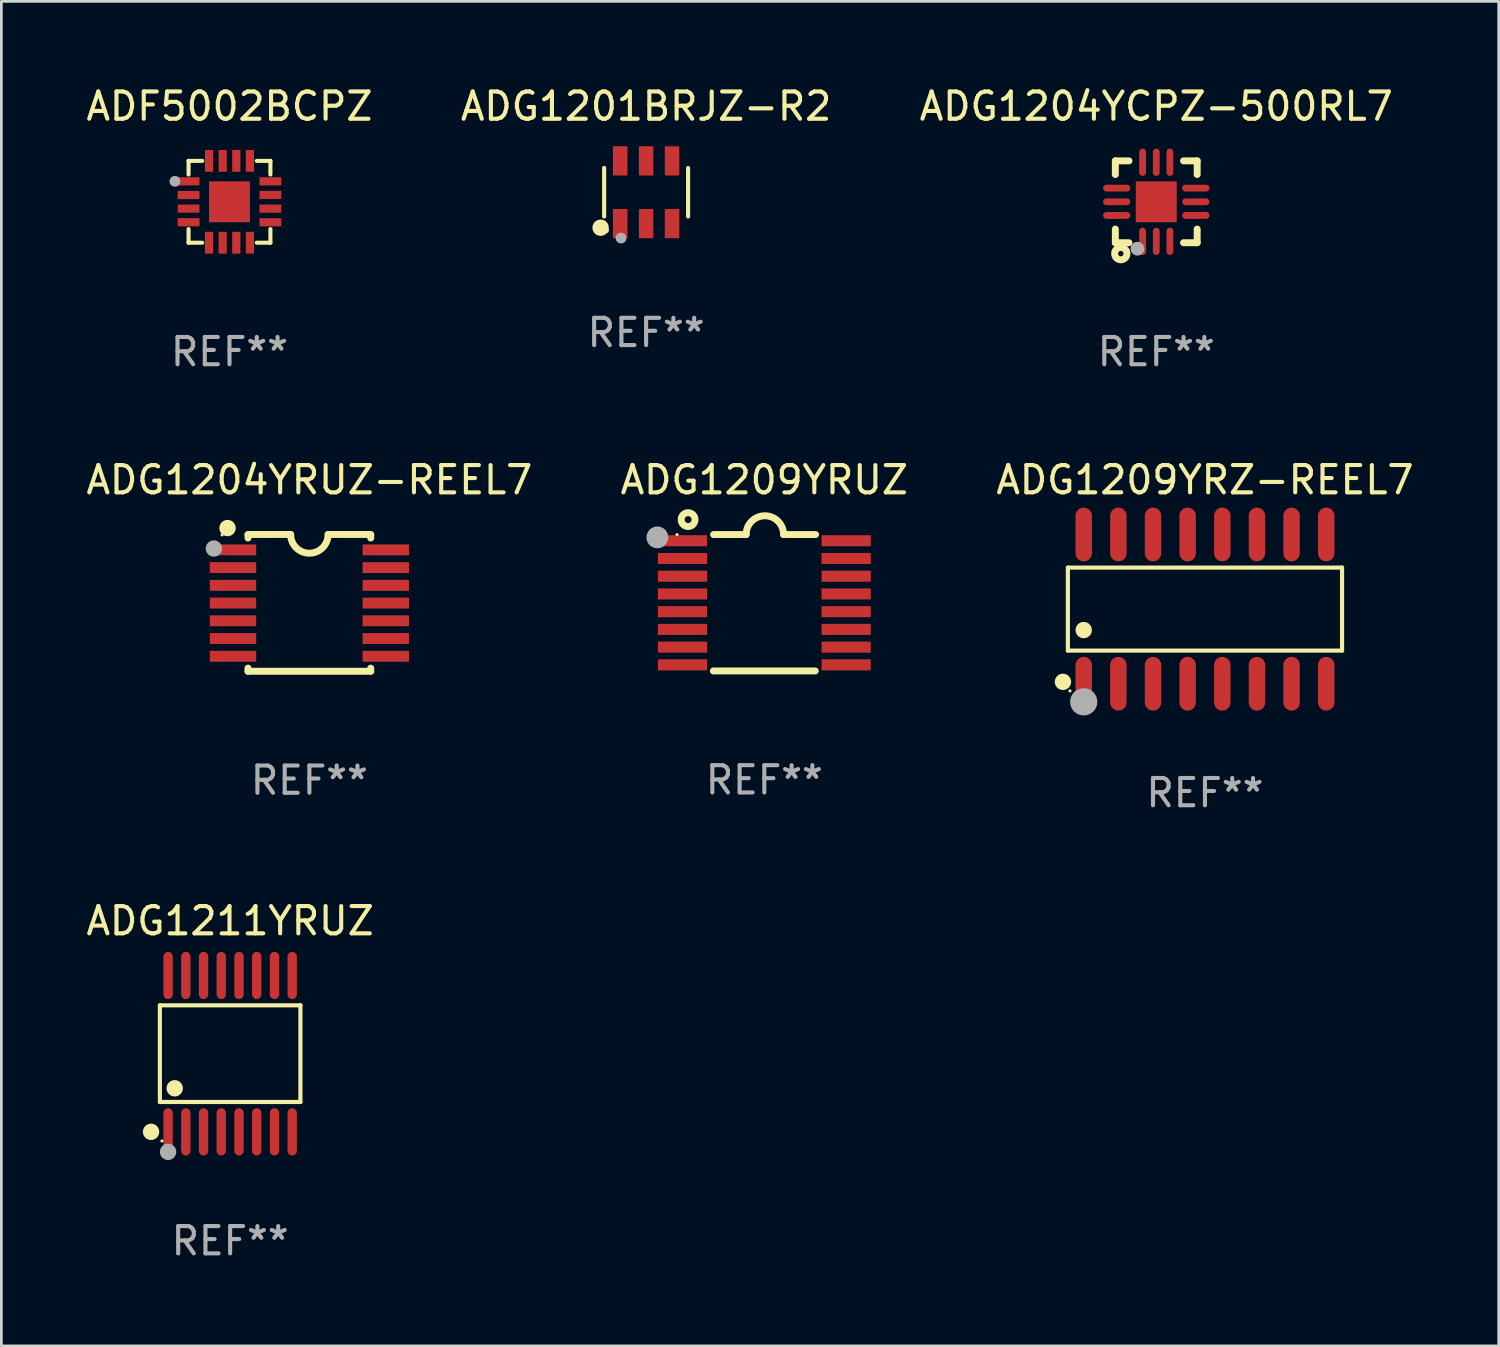
<source format=kicad_pcb>
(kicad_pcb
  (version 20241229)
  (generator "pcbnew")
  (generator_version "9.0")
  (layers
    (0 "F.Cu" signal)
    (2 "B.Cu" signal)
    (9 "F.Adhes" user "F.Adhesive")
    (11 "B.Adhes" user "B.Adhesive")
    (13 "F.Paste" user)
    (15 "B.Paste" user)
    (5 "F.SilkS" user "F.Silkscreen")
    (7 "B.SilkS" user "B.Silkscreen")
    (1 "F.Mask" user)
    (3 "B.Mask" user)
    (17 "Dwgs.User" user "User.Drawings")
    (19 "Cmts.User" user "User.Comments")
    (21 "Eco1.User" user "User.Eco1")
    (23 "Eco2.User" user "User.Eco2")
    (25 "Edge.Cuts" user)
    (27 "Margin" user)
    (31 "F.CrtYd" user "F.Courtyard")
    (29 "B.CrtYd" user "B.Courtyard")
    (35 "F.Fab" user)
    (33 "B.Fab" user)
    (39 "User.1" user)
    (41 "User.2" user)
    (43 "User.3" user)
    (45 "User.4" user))
  (footprint "ADG1211YRUZ"
    (layer "F.Cu")
    (at 5.387 35.578)
    (property "Reference" "ADG1211YRUZ" (at 0 -4.866 0) (layer "F.SilkS") (effects (font (size 1 1) (thickness 0.15))))
    (attr through_hole)
    (fp_line (start -2.576 -1.772) (end 2.576 -1.772) (stroke (width 0.152) (type solid)) (layer "F.SilkS"))
    (fp_line (start -2.576 1.771) (end -2.576 -1.772) (stroke (width 0.152) (type solid)) (layer "F.SilkS"))
    (fp_line (start 2.576 -1.772) (end 2.576 1.771) (stroke (width 0.152) (type solid)) (layer "F.SilkS"))
    (fp_line (start 2.576 1.771) (end -2.576 1.771) (stroke (width 0.152) (type solid)) (layer "F.SilkS"))
    (fp_circle (center -2.899 2.866) (end -2.749 2.866) (stroke (width 0.3) (type solid)) (fill no) (layer "F.SilkS"))
    (fp_circle (center -2.5 3.2) (end -2.47 3.2) (stroke (width 0.06) (type solid)) (fill no) (layer "F.SilkS"))
    (fp_circle (center -2.032 1.27) (end -1.882 1.27) (stroke (width 0.3) (type solid)) (fill no) (layer "F.SilkS"))
    (fp_circle (center -2.275 3.6) (end -2.125 3.6) (stroke (width 0.3) (type solid)) (fill no) (layer "F.Fab"))
    (fp_text user "REF**" (at 0 6.866 0) (layer "F.Fab") (effects (font (size 1 1) (thickness 0.15))))
    (pad "1" smd oval (at -2.275 2.866) (size 0.343 1.731) (layers "F.Cu" "F.Mask" "F.Paste"))
    (pad "2" smd oval (at -1.625 2.866) (size 0.343 1.731) (layers "F.Cu" "F.Mask" "F.Paste"))
    (pad "3" smd oval (at -0.975 2.866) (size 0.343 1.731) (layers "F.Cu" "F.Mask" "F.Paste"))
    (pad "4" smd oval (at -0.325 2.866) (size 0.343 1.731) (layers "F.Cu" "F.Mask" "F.Paste"))
    (pad "5" smd oval (at 0.325 2.866) (size 0.343 1.731) (layers "F.Cu" "F.Mask" "F.Paste"))
    (pad "6" smd oval (at 0.975 2.866) (size 0.343 1.731) (layers "F.Cu" "F.Mask" "F.Paste"))
    (pad "7" smd oval (at 1.625 2.866) (size 0.343 1.731) (layers "F.Cu" "F.Mask" "F.Paste"))
    (pad "8" smd oval (at 2.275 2.866) (size 0.343 1.731) (layers "F.Cu" "F.Mask" "F.Paste"))
    (pad "9" smd oval (at 2.275 -2.866) (size 0.343 1.731) (layers "F.Cu" "F.Mask" "F.Paste"))
    (pad "10" smd oval (at 1.625 -2.866) (size 0.343 1.731) (layers "F.Cu" "F.Mask" "F.Paste"))
    (pad "11" smd oval (at 0.975 -2.866) (size 0.343 1.731) (layers "F.Cu" "F.Mask" "F.Paste"))
    (pad "12" smd oval (at 0.325 -2.866) (size 0.343 1.731) (layers "F.Cu" "F.Mask" "F.Paste"))
    (pad "13" smd oval (at -0.325 -2.866) (size 0.343 1.731) (layers "F.Cu" "F.Mask" "F.Paste"))
    (pad "14" smd oval (at -0.975 -2.866) (size 0.343 1.731) (layers "F.Cu" "F.Mask" "F.Paste"))
    (pad "15" smd oval (at -1.625 -2.866) (size 0.343 1.731) (layers "F.Cu" "F.Mask" "F.Paste"))
    (pad "16" smd oval (at -2.275 -2.866) (size 0.343 1.731) (layers "F.Cu" "F.Mask" "F.Paste")))
  (footprint "ADG1209YRZ-REEL7"
    (layer "F.Cu")
    (at 41.125 19.28)
    (property "Reference" "ADG1209YRZ-REEL7" (at 0 -4.736 0) (layer "F.SilkS") (effects (font (size 1 1) (thickness 0.15))))
    (attr through_hole)
    (fp_line (start -5.026 -1.521) (end 5.026 -1.521) (stroke (width 0.152) (type solid)) (layer "F.SilkS"))
    (fp_line (start -5.026 1.521) (end -5.026 -1.521) (stroke (width 0.152) (type solid)) (layer "F.SilkS"))
    (fp_line (start 5.026 -1.521) (end 5.026 1.521) (stroke (width 0.152) (type solid)) (layer "F.SilkS"))
    (fp_line (start 5.026 1.521) (end -5.026 1.521) (stroke (width 0.152) (type solid)) (layer "F.SilkS"))
    (fp_circle (center -5.207 2.667) (end -5.057 2.667) (stroke (width 0.3) (type solid)) (fill no) (layer "F.SilkS"))
    (fp_circle (center -4.95 3) (end -4.92 3) (stroke (width 0.06) (type solid)) (fill no) (layer "F.SilkS"))
    (fp_circle (center -4.445 0.769) (end -4.295 0.769) (stroke (width 0.3) (type solid)) (fill no) (layer "F.SilkS"))
    (fp_circle (center -4.445 3.4) (end -4.195 3.4) (stroke (width 0.5) (type solid)) (fill no) (layer "F.Fab"))
    (fp_text user "REF**" (at 0 6.736 0) (layer "F.Fab") (effects (font (size 1 1) (thickness 0.15))))
    (pad "1" smd oval (at -4.445 2.736) (size 0.602 1.971) (layers "F.Cu" "F.Mask" "F.Paste"))
    (pad "2" smd oval (at -3.175 2.736) (size 0.602 1.971) (layers "F.Cu" "F.Mask" "F.Paste"))
    (pad "3" smd oval (at -1.905 2.736) (size 0.602 1.971) (layers "F.Cu" "F.Mask" "F.Paste"))
    (pad "4" smd oval (at -0.635 2.736) (size 0.602 1.971) (layers "F.Cu" "F.Mask" "F.Paste"))
    (pad "5" smd oval (at 0.635 2.736) (size 0.602 1.971) (layers "F.Cu" "F.Mask" "F.Paste"))
    (pad "6" smd oval (at 1.905 2.736) (size 0.602 1.971) (layers "F.Cu" "F.Mask" "F.Paste"))
    (pad "7" smd oval (at 3.175 2.736) (size 0.602 1.971) (layers "F.Cu" "F.Mask" "F.Paste"))
    (pad "8" smd oval (at 4.445 2.736) (size 0.602 1.971) (layers "F.Cu" "F.Mask" "F.Paste"))
    (pad "9" smd oval (at 4.445 -2.736) (size 0.602 1.971) (layers "F.Cu" "F.Mask" "F.Paste"))
    (pad "10" smd oval (at 3.175 -2.736) (size 0.602 1.971) (layers "F.Cu" "F.Mask" "F.Paste"))
    (pad "11" smd oval (at 1.905 -2.736) (size 0.602 1.971) (layers "F.Cu" "F.Mask" "F.Paste"))
    (pad "12" smd oval (at 0.635 -2.736) (size 0.602 1.971) (layers "F.Cu" "F.Mask" "F.Paste"))
    (pad "13" smd oval (at -0.635 -2.736) (size 0.602 1.971) (layers "F.Cu" "F.Mask" "F.Paste"))
    (pad "14" smd oval (at -1.905 -2.736) (size 0.602 1.971) (layers "F.Cu" "F.Mask" "F.Paste"))
    (pad "15" smd oval (at -3.175 -2.736) (size 0.602 1.971) (layers "F.Cu" "F.Mask" "F.Paste"))
    (pad "16" smd oval (at -4.445 -2.736) (size 0.602 1.971) (layers "F.Cu" "F.Mask" "F.Paste")))
  (footprint "ADG1209YRUZ"
    (layer "F.Cu")
    (at 24.97 19.046)
    (property "Reference" "ADG1209YRUZ" (at 0 -4.501 0) (layer "F.SilkS") (effects (font (size 1 1) (thickness 0.15))))
    (attr through_hole)
    (fp_line (start -1.868 2.501) (end 1.868 2.501) (stroke (width 0.254) (type solid)) (layer "F.SilkS"))
    (fp_line (start -1.86 -2.499) (end -0.666 -2.501) (stroke (width 0.254) (type solid)) (layer "F.SilkS"))
    (fp_line (start 0.706 -2.501) (end 1.88 -2.499) (stroke (width 0.254) (type solid)) (layer "F.SilkS"))
    (fp_arc (start -0.665914 -2.501448) (mid 0.019888 -3.18725) (end 0.70569 -2.501448) (stroke (width 0.254001) (type solid)) (layer "F.SilkS"))
    (fp_circle (center -3.2 -2.497) (end -3.17 -2.497) (stroke (width 0.06) (type solid)) (fill no) (layer "F.SilkS"))
    (fp_circle (center -2.794 -3.047) (end -2.54 -3.047) (stroke (width 0.254) (type solid)) (fill no) (layer "F.SilkS"))
    (fp_circle (center -3.921 -2.395) (end -3.721 -2.395) (stroke (width 0.4) (type solid)) (fill no) (layer "F.Fab"))
    (fp_text user "REF**" (at 0 6.501 0) (layer "F.Fab") (effects (font (size 1 1) (thickness 0.15))))
    (pad "1" smd rect (at -3 -2.272) (size 1.803 0.406) (layers "F.Cu" "F.Mask" "F.Paste"))
    (pad "2" smd rect (at -3 -1.622) (size 1.803 0.406) (layers "F.Cu" "F.Mask" "F.Paste"))
    (pad "3" smd rect (at -3 -0.972) (size 1.803 0.406) (layers "F.Cu" "F.Mask" "F.Paste"))
    (pad "4" smd rect (at -3 -0.322) (size 1.803 0.406) (layers "F.Cu" "F.Mask" "F.Paste"))
    (pad "5" smd rect (at -3 0.328) (size 1.803 0.406) (layers "F.Cu" "F.Mask" "F.Paste"))
    (pad "6" smd rect (at -3 0.978) (size 1.803 0.406) (layers "F.Cu" "F.Mask" "F.Paste"))
    (pad "7" smd rect (at -3 1.628) (size 1.803 0.406) (layers "F.Cu" "F.Mask" "F.Paste"))
    (pad "8" smd rect (at -3 2.278) (size 1.803 0.406) (layers "F.Cu" "F.Mask" "F.Paste"))
    (pad "9" smd rect (at 3 2.278) (size 1.803 0.406) (layers "F.Cu" "F.Mask" "F.Paste"))
    (pad "10" smd rect (at 3 1.628) (size 1.803 0.406) (layers "F.Cu" "F.Mask" "F.Paste"))
    (pad "11" smd rect (at 3 0.978) (size 1.803 0.406) (layers "F.Cu" "F.Mask" "F.Paste"))
    (pad "12" smd rect (at 3 0.328) (size 1.803 0.406) (layers "F.Cu" "F.Mask" "F.Paste"))
    (pad "13" smd rect (at 3 -0.322) (size 1.803 0.406) (layers "F.Cu" "F.Mask" "F.Paste"))
    (pad "14" smd rect (at 3 -0.972) (size 1.803 0.406) (layers "F.Cu" "F.Mask" "F.Paste"))
    (pad "15" smd rect (at 3 -1.622) (size 1.803 0.406) (layers "F.Cu" "F.Mask" "F.Paste"))
    (pad "16" smd rect (at 3 -2.272) (size 1.803 0.406) (layers "F.Cu" "F.Mask" "F.Paste")))
  (footprint "ADG1204YCPZ-500RL7"
    (layer "F.Cu")
    (at 39.339 4.348)
    (property "Reference" "ADG1204YCPZ-500RL7" (at 0 -3.5 0) (layer "F.SilkS") (effects (font (size 1 1) (thickness 0.15))))
    (attr through_hole)
    (fp_line (start -1.5 -1.5) (end -1.5 -1) (stroke (width 0.254) (type solid)) (layer "F.SilkS"))
    (fp_line (start -1.5 -1.5) (end -1 -1.5) (stroke (width 0.254) (type solid)) (layer "F.SilkS"))
    (fp_line (start -1.5 1.5) (end -1.5 1) (stroke (width 0.254) (type solid)) (layer "F.SilkS"))
    (fp_line (start -1.5 1.5) (end -1 1.5) (stroke (width 0.254) (type solid)) (layer "F.SilkS"))
    (fp_line (start 1.5 -1.5) (end 1 -1.5) (stroke (width 0.254) (type solid)) (layer "F.SilkS"))
    (fp_line (start 1.5 -1.5) (end 1.5 -1) (stroke (width 0.254) (type solid)) (layer "F.SilkS"))
    (fp_line (start 1.5 1.5) (end 1 1.5) (stroke (width 0.254) (type solid)) (layer "F.SilkS"))
    (fp_line (start 1.5 1.5) (end 1.5 1) (stroke (width 0.254) (type solid)) (layer "F.SilkS"))
    (fp_circle (center -1.5 1.5) (end -1.47 1.5) (stroke (width 0.06) (type solid)) (fill no) (layer "F.SilkS"))
    (fp_circle (center -1.3 1.9) (end -1.2 1.9) (stroke (width 0.254) (type solid)) (fill no) (layer "F.SilkS"))
    (fp_circle (center -0.69 1.72) (end -0.563 1.72) (stroke (width 0.254) (type solid)) (fill no) (layer "F.Fab"))
    (fp_text user "REF**" (at 0 5.5 0) (layer "F.Fab") (effects (font (size 1 1) (thickness 0.15))))
    (pad "1" smd oval (at -0.5 1.45 180) (size 0.25 1) (layers "F.Cu" "F.Mask" "F.Paste"))
    (pad "2" smd oval (at 0.000038 1.45 180) (size 0.25 1) (layers "F.Cu" "F.Mask" "F.Paste"))
    (pad "3" smd oval (at 0.5 1.45 180) (size 0.25 1) (layers "F.Cu" "F.Mask" "F.Paste"))
    (pad "4" smd oval (at 1.45 0.5 270) (size 0.25 1) (layers "F.Cu" "F.Mask" "F.Paste"))
    (pad "5" smd oval (at 1.45 0.000013 270) (size 0.25 1) (layers "F.Cu" "F.Mask" "F.Paste"))
    (pad "6" smd oval (at 1.45 -0.5 270) (size 0.25 1) (layers "F.Cu" "F.Mask" "F.Paste"))
    (pad "7" smd oval (at 0.5 -1.45 180) (size 0.25 1) (layers "F.Cu" "F.Mask" "F.Paste"))
    (pad "8" smd oval (at 0.000038 -1.45 180) (size 0.25 1) (layers "F.Cu" "F.Mask" "F.Paste"))
    (pad "9" smd oval (at -0.5 -1.45 180) (size 0.25 1) (layers "F.Cu" "F.Mask" "F.Paste"))
    (pad "10" smd oval (at -1.45 -0.5 270) (size 0.25 1) (layers "F.Cu" "F.Mask" "F.Paste"))
    (pad "11" smd oval (at -1.45 0.000013 270) (size 0.25 1) (layers "F.Cu" "F.Mask" "F.Paste"))
    (pad "12" smd oval (at -1.45 0.5 270) (size 0.25 1) (layers "F.Cu" "F.Mask" "F.Paste"))
    (pad "13" smd rect (at 0.000038 0.000013 90) (size 1.5 1.5) (layers "F.Cu" "F.Mask" "F.Paste")))
  (footprint "ADG1201BRJZ-R2"
    (layer "F.Cu")
    (at 20.637 3.997)
    (property "Reference" "ADG1201BRJZ-R2" (at 0 -3.149 0) (layer "F.SilkS") (effects (font (size 1 1) (thickness 0.15))))
    (attr through_hole)
    (fp_line (start -1.539 0.889) (end -1.539 -0.889) (stroke (width 0.152) (type solid)) (layer "F.SilkS"))
    (fp_line (start 1.539 0.889) (end 1.539 -0.889) (stroke (width 0.152) (type solid)) (layer "F.SilkS"))
    (fp_circle (center -1.668 1.301) (end -1.518 1.301) (stroke (width 0.3) (type solid)) (fill no) (layer "F.SilkS"))
    (fp_circle (center -1.463 1.4) (end -1.413 1.4) (stroke (width 0.1) (type solid)) (fill no) (layer "F.SilkS"))
    (fp_circle (center -0.92 1.68) (end -0.82 1.68) (stroke (width 0.2) (type solid)) (fill no) (layer "F.Fab"))
    (fp_text user "REF**" (at 0 5.149 0) (layer "F.Fab") (effects (font (size 1 1) (thickness 0.15))))
    (pad "1" smd rect (at -0.95 1.149) (size 0.532 1.072) (layers "F.Cu" "F.Mask" "F.Paste"))
    (pad "2" smd rect (at 0 1.149) (size 0.532 1.072) (layers "F.Cu" "F.Mask" "F.Paste"))
    (pad "3" smd rect (at 0.95 1.149) (size 0.532 1.072) (layers "F.Cu" "F.Mask" "F.Paste"))
    (pad "4" smd rect (at 0.95 -1.149) (size 0.532 1.072) (layers "F.Cu" "F.Mask" "F.Paste"))
    (pad "5" smd rect (at 0 -1.149) (size 0.532 1.072) (layers "F.Cu" "F.Mask" "F.Paste"))
    (pad "6" smd rect (at -0.95 -1.149) (size 0.532 1.072) (layers "F.Cu" "F.Mask" "F.Paste")))
  (footprint "ADG1204YRUZ-REEL7"
    (layer "F.Cu")
    (at 8.292 19.052)
    (property "Reference" "ADG1204YRUZ-REEL7" (at 0 -4.507 0) (layer "F.SilkS") (effects (font (size 1 1) (thickness 0.15))))
    (attr through_hole)
    (fp_line (start -2.25 -2.377) (end -2.25 -2.493) (stroke (width 0.254) (type solid)) (layer "F.SilkS"))
    (fp_line (start -2.25 2.507) (end -2.25 2.392) (stroke (width 0.254) (type solid)) (layer "F.SilkS"))
    (fp_line (start -1.6 -2.507) (end -2.25 -2.507) (stroke (width 0.254) (type solid)) (layer "F.SilkS"))
    (fp_line (start -1.6 -2.507) (end -0.686 -2.507) (stroke (width 0.254) (type solid)) (layer "F.SilkS"))
    (fp_line (start 0.686 -2.507) (end 1.6 -2.507) (stroke (width 0.254) (type solid)) (layer "F.SilkS"))
    (fp_line (start 1.6 -2.507) (end 2.25 -2.507) (stroke (width 0.254) (type solid)) (layer "F.SilkS"))
    (fp_line (start 2.25 -2.493) (end 2.25 -2.377) (stroke (width 0.254) (type solid)) (layer "F.SilkS"))
    (fp_line (start 2.25 2.392) (end 2.25 2.507) (stroke (width 0.254) (type solid)) (layer "F.SilkS"))
    (fp_line (start 2.25 2.507) (end -2.25 2.507) (stroke (width 0.254) (type solid)) (layer "F.SilkS"))
    (fp_arc (start 0.685852 -2.507303) (mid 0.000051 -1.821502) (end -0.68575 -2.507303) (stroke (width 0.254001) (type solid)) (layer "F.SilkS"))
    (fp_circle (center -3.2 -2.493) (end -3.17 -2.493) (stroke (width 0.06) (type solid)) (fill no) (layer "F.SilkS"))
    (fp_circle (center -3 -2.743) (end -2.85 -2.743) (stroke (width 0.3) (type solid)) (fill no) (layer "F.SilkS"))
    (fp_circle (center -3.5 -1.993) (end -3.35 -1.993) (stroke (width 0.3) (type solid)) (fill no) (layer "F.Fab"))
    (fp_text user "REF**" (at 0 6.507 0) (layer "F.Fab") (effects (font (size 1 1) (thickness 0.15))))
    (pad "1" smd rect (at -2.8 -1.943) (size 1.7 0.4) (layers "F.Cu" "F.Mask" "F.Paste"))
    (pad "2" smd rect (at -2.8 -1.293) (size 1.7 0.4) (layers "F.Cu" "F.Mask" "F.Paste"))
    (pad "3" smd rect (at -2.8 -0.643) (size 1.7 0.4) (layers "F.Cu" "F.Mask" "F.Paste"))
    (pad "4" smd rect (at -2.8 0.007) (size 1.7 0.4) (layers "F.Cu" "F.Mask" "F.Paste"))
    (pad "5" smd rect (at -2.8 0.657) (size 1.7 0.4) (layers "F.Cu" "F.Mask" "F.Paste"))
    (pad "6" smd rect (at -2.8 1.307) (size 1.7 0.4) (layers "F.Cu" "F.Mask" "F.Paste"))
    (pad "7" smd rect (at -2.8 1.957) (size 1.7 0.4) (layers "F.Cu" "F.Mask" "F.Paste"))
    (pad "8" smd rect (at 2.8 1.957) (size 1.7 0.4) (layers "F.Cu" "F.Mask" "F.Paste"))
    (pad "9" smd rect (at 2.8 1.307) (size 1.7 0.4) (layers "F.Cu" "F.Mask" "F.Paste"))
    (pad "10" smd rect (at 2.8 0.657) (size 1.7 0.4) (layers "F.Cu" "F.Mask" "F.Paste"))
    (pad "11" smd rect (at 2.8 0.007) (size 1.7 0.4) (layers "F.Cu" "F.Mask" "F.Paste"))
    (pad "12" smd rect (at 2.8 -0.643) (size 1.7 0.4) (layers "F.Cu" "F.Mask" "F.Paste"))
    (pad "13" smd rect (at 2.8 -1.293) (size 1.7 0.4) (layers "F.Cu" "F.Mask" "F.Paste"))
    (pad "14" smd rect (at 2.8 -1.943) (size 1.7 0.4) (layers "F.Cu" "F.Mask" "F.Paste")))
  (footprint "ADF5002BCPZ"
    (layer "F.Cu")
    (at 5.363 4.348)
    (property "Reference" "ADF5002BCPZ" (at 0 -3.5 0) (layer "F.SilkS") (effects (font (size 1 1) (thickness 0.15))))
    (attr through_hole)
    (fp_line (start -1.5 -1.5) (end -1 -1.5) (stroke (width 0.15) (type solid)) (layer "F.SilkS"))
    (fp_line (start -1.5 -1) (end -1.5 -1.5) (stroke (width 0.15) (type solid)) (layer "F.SilkS"))
    (fp_line (start -1.5 1) (end -1.5 1.5) (stroke (width 0.15) (type solid)) (layer "F.SilkS"))
    (fp_line (start -1.5 1.5) (end -1 1.5) (stroke (width 0.15) (type solid)) (layer "F.SilkS"))
    (fp_line (start 1 -1.5) (end 1.5 -1.5) (stroke (width 0.15) (type solid)) (layer "F.SilkS"))
    (fp_line (start 1 1.5) (end 1.5 1.5) (stroke (width 0.15) (type solid)) (layer "F.SilkS"))
    (fp_line (start 1.5 -1.5) (end 1.5 -1) (stroke (width 0.15) (type solid)) (layer "F.SilkS"))
    (fp_line (start 1.5 1.5) (end 1.5 1) (stroke (width 0.15) (type solid)) (layer "F.SilkS"))
    (fp_arc (start -2.082931 -0.784989) (mid -2.082937 -0.786259) (end -2.082931 -0.787529) (stroke (width 0.150114) (type solid)) (layer "F.SilkS"))
    (fp_circle (center -1.5 -1.5) (end -1.47 -1.5) (stroke (width 0.06) (type solid)) (fill no) (layer "F.SilkS"))
    (fp_circle (center -2 -0.75) (end -1.9 -0.75) (stroke (width 0.2) (type solid)) (fill no) (layer "F.Fab"))
    (fp_text user "REF**" (at 0 5.5 0) (layer "F.Fab") (effects (font (size 1 1) (thickness 0.15))))
    (pad "1" smd rect (at -1.5 -0.75 90) (size 0.3 0.8) (layers "F.Cu" "F.Mask" "F.Paste"))
    (pad "2" smd rect (at -1.5 -0.248 90) (size 0.3 0.8) (layers "F.Cu" "F.Mask" "F.Paste"))
    (pad "3" smd rect (at -1.5 0.25 90) (size 0.3 0.8) (layers "F.Cu" "F.Mask" "F.Paste"))
    (pad "4" smd rect (at -1.5 0.75 90) (size 0.3 0.8) (layers "F.Cu" "F.Mask" "F.Paste"))
    (pad "5" smd rect (at -0.75 1.5) (size 0.3 0.8) (layers "F.Cu" "F.Mask" "F.Paste"))
    (pad "6" smd rect (at -0.25 1.5) (size 0.3 0.8) (layers "F.Cu" "F.Mask" "F.Paste"))
    (pad "7" smd rect (at 0.25 1.5) (size 0.3 0.8) (layers "F.Cu" "F.Mask" "F.Paste"))
    (pad "8" smd rect (at 0.751 1.498) (size 0.3 0.8) (layers "F.Cu" "F.Mask" "F.Paste"))
    (pad "9" smd rect (at 1.5 0.75 90) (size 0.3 0.8) (layers "F.Cu" "F.Mask" "F.Paste"))
    (pad "10" smd rect (at 1.5 0.25 90) (size 0.3 0.8) (layers "F.Cu" "F.Mask" "F.Paste"))
    (pad "11" smd rect (at 1.5 -0.25 90) (size 0.3 0.8) (layers "F.Cu" "F.Mask" "F.Paste"))
    (pad "12" smd rect (at 1.5 -0.75 90) (size 0.3 0.8) (layers "F.Cu" "F.Mask" "F.Paste"))
    (pad "13" smd rect (at 0.75 -1.5) (size 0.3 0.8) (layers "F.Cu" "F.Mask" "F.Paste"))
    (pad "14" smd rect (at 0.25 -1.5) (size 0.3 0.8) (layers "F.Cu" "F.Mask" "F.Paste"))
    (pad "15" smd rect (at -0.25 -1.5) (size 0.3 0.8) (layers "F.Cu" "F.Mask" "F.Paste"))
    (pad "16" smd rect (at -0.75 -1.5) (size 0.3 0.8) (layers "F.Cu" "F.Mask" "F.Paste"))
    (pad "17" smd rect (at -0.000127 -0.000127 90) (size 1.5 1.5) (layers "F.Cu" "F.Mask" "F.Paste")))
  (gr_rect
    (start -3 -3)
    (end 51.893 46.292)
    (stroke (width 0.1) (type default))
    (fill no)
    (layer "Edge.Cuts")))
</source>
